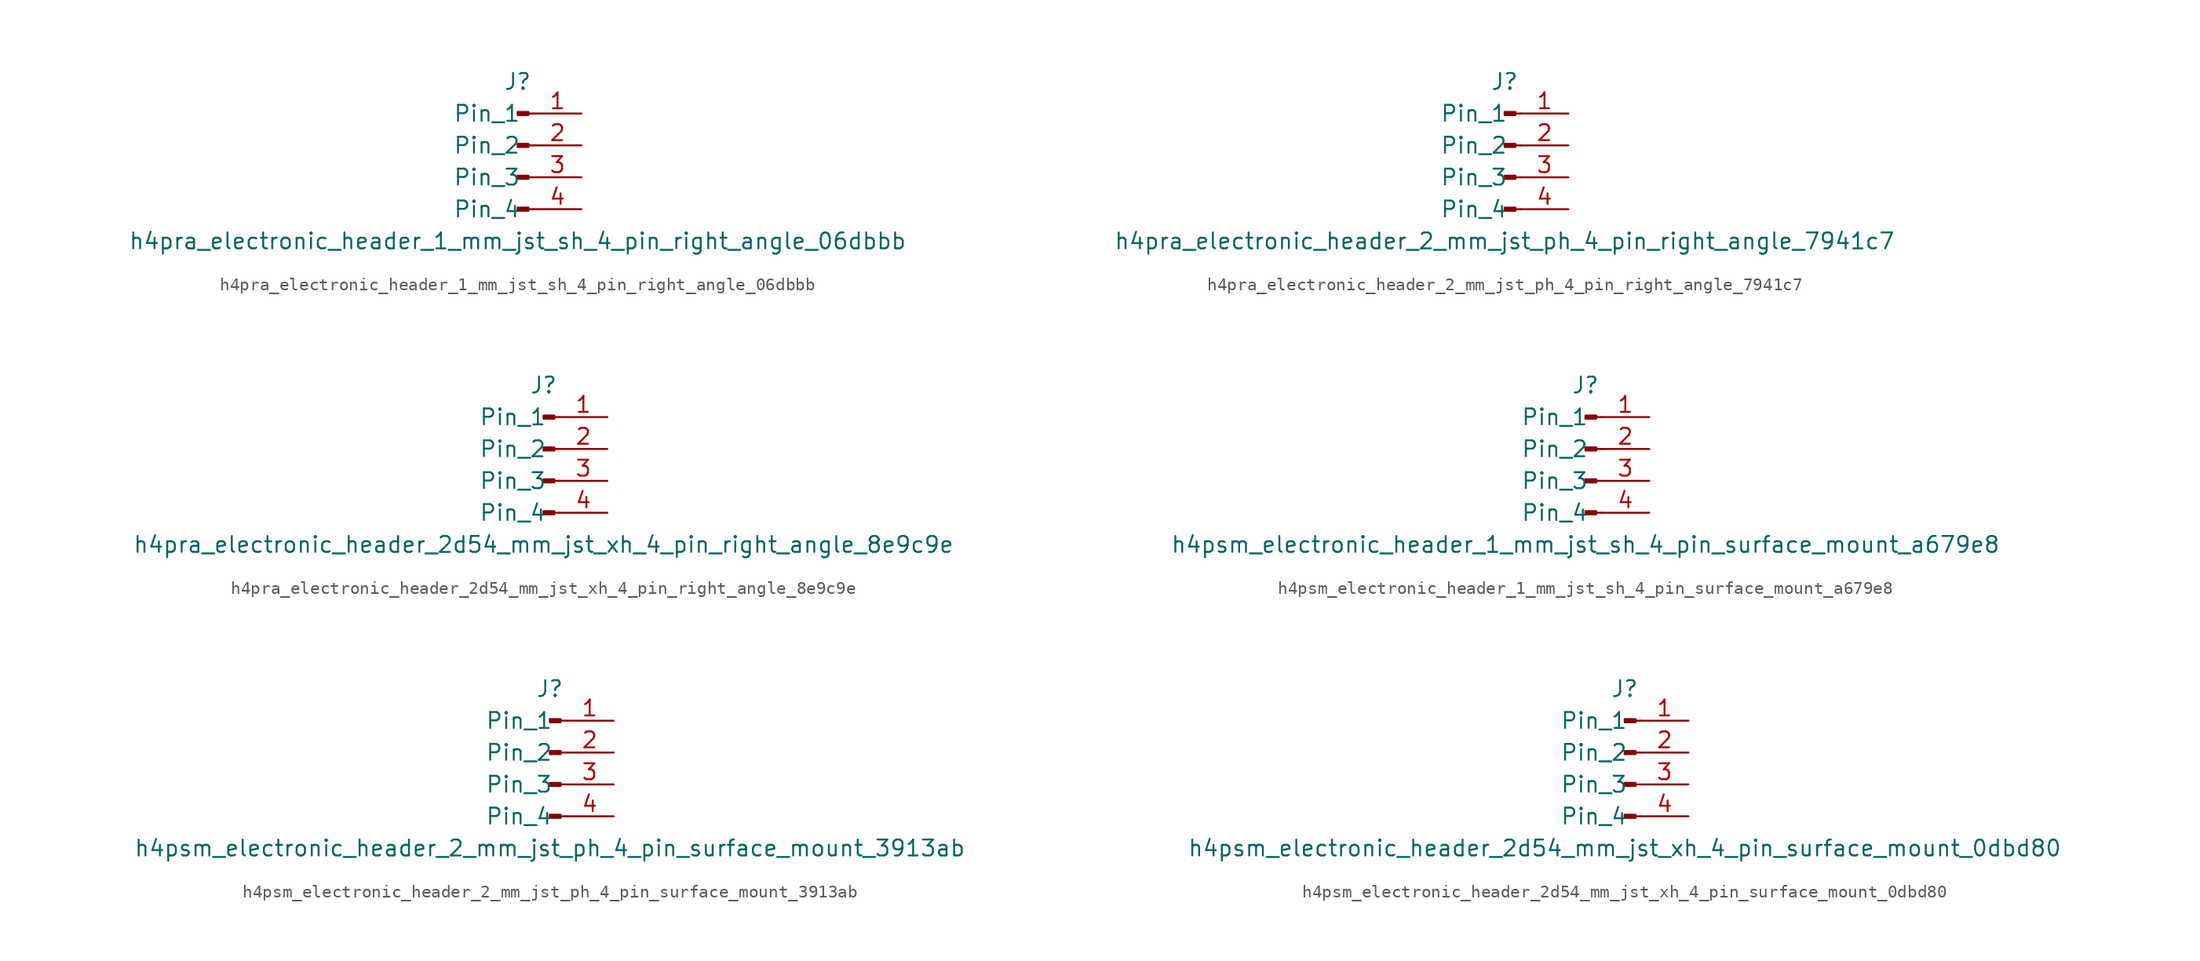
<source format=kicad_sym>
(kicad_symbol_lib
  (version 20220914)
  (generator kicad_symbol_editor)
  (symbol "h4pra_electronic_header_1_mm_jst_sh_4_pin_right_angle_06dbbb"
    (pin_names
      (offset 1.016))
    (property "Reference" "J"
      (at 0 5.08 0)
      (effects (font (size 1.27 1.27))))
    (property "Value" "h4pra_electronic_header_1_mm_jst_sh_4_pin_right_angle_06dbbb"
      (at 0 -7.62 0)
      (effects (font (size 1.27 1.27))))
    (property "ki_locked" ""
      (at 0 0 0)
      (effects (font (size 1.27 1.27))))
    (symbol "h4pra_electronic_header_1_mm_jst_sh_4_pin_right_angle_06dbbb_1_1"
      (polyline (pts (xy 1.27 -5.08) (xy 0.864 -5.08)) (stroke (width 0.152) (type default)) (fill (type none)))
      (polyline (pts (xy 1.27 -2.54) (xy 0.864 -2.54)) (stroke (width 0.152) (type default)) (fill (type none)))
      (polyline (pts (xy 1.27 0) (xy 0.864 0)) (stroke (width 0.152) (type default)) (fill (type none)))
      (polyline (pts (xy 1.27 2.54) (xy 0.864 2.54)) (stroke (width 0.152) (type default)) (fill (type none)))
      (rectangle (start 0.864 -4.953) (end 0 -5.207) (stroke (width 0.152) (type default)) (fill (type outline)))
      (rectangle (start 0.864 -2.413) (end 0 -2.667) (stroke (width 0.152) (type default)) (fill (type outline)))
      (rectangle (start 0.864 0.127) (end 0 -0.127) (stroke (width 0.152) (type default)) (fill (type outline)))
      (rectangle (start 0.864 2.667) (end 0 2.413) (stroke (width 0.152) (type default)) (fill (type outline)))
      (pin passive line (at 5.08 2.54 180) (length 3.81) (name "Pin_1" (effects (font (size 1.27 1.27)))) (number "1" (effects (font (size 1.27 1.27)))))
      (pin passive line (at 5.08 0 180) (length 3.81) (name "Pin_2" (effects (font (size 1.27 1.27)))) (number "2" (effects (font (size 1.27 1.27)))))
      (pin passive line (at 5.08 -2.54 180) (length 3.81) (name "Pin_3" (effects (font (size 1.27 1.27)))) (number "3" (effects (font (size 1.27 1.27)))))
      (pin passive line (at 5.08 -5.08 180) (length 3.81) (name "Pin_4" (effects (font (size 1.27 1.27)))) (number "4" (effects (font (size 1.27 1.27)))))))
  (symbol "h4pra_electronic_header_2_mm_jst_ph_4_pin_right_angle_7941c7"
    (pin_names
      (offset 1.016))
    (property "Reference" "J"
      (at 0 5.08 0)
      (effects (font (size 1.27 1.27))))
    (property "Value" "h4pra_electronic_header_2_mm_jst_ph_4_pin_right_angle_7941c7"
      (at 0 -7.62 0)
      (effects (font (size 1.27 1.27))))
    (property "ki_locked" ""
      (at 0 0 0)
      (effects (font (size 1.27 1.27))))
    (symbol "h4pra_electronic_header_2_mm_jst_ph_4_pin_right_angle_7941c7_1_1"
      (polyline (pts (xy 1.27 -5.08) (xy 0.864 -5.08)) (stroke (width 0.152) (type default)) (fill (type none)))
      (polyline (pts (xy 1.27 -2.54) (xy 0.864 -2.54)) (stroke (width 0.152) (type default)) (fill (type none)))
      (polyline (pts (xy 1.27 0) (xy 0.864 0)) (stroke (width 0.152) (type default)) (fill (type none)))
      (polyline (pts (xy 1.27 2.54) (xy 0.864 2.54)) (stroke (width 0.152) (type default)) (fill (type none)))
      (rectangle (start 0.864 -4.953) (end 0 -5.207) (stroke (width 0.152) (type default)) (fill (type outline)))
      (rectangle (start 0.864 -2.413) (end 0 -2.667) (stroke (width 0.152) (type default)) (fill (type outline)))
      (rectangle (start 0.864 0.127) (end 0 -0.127) (stroke (width 0.152) (type default)) (fill (type outline)))
      (rectangle (start 0.864 2.667) (end 0 2.413) (stroke (width 0.152) (type default)) (fill (type outline)))
      (pin passive line (at 5.08 2.54 180) (length 3.81) (name "Pin_1" (effects (font (size 1.27 1.27)))) (number "1" (effects (font (size 1.27 1.27)))))
      (pin passive line (at 5.08 0 180) (length 3.81) (name "Pin_2" (effects (font (size 1.27 1.27)))) (number "2" (effects (font (size 1.27 1.27)))))
      (pin passive line (at 5.08 -2.54 180) (length 3.81) (name "Pin_3" (effects (font (size 1.27 1.27)))) (number "3" (effects (font (size 1.27 1.27)))))
      (pin passive line (at 5.08 -5.08 180) (length 3.81) (name "Pin_4" (effects (font (size 1.27 1.27)))) (number "4" (effects (font (size 1.27 1.27)))))))
  (symbol "h4pra_electronic_header_2d54_mm_jst_xh_4_pin_right_angle_8e9c9e"
    (pin_names
      (offset 1.016))
    (property "Reference" "J"
      (at 0 5.08 0)
      (effects (font (size 1.27 1.27))))
    (property "Value" "h4pra_electronic_header_2d54_mm_jst_xh_4_pin_right_angle_8e9c9e"
      (at 0 -7.62 0)
      (effects (font (size 1.27 1.27))))
    (property "ki_locked" ""
      (at 0 0 0)
      (effects (font (size 1.27 1.27))))
    (symbol "h4pra_electronic_header_2d54_mm_jst_xh_4_pin_right_angle_8e9c9e_1_1"
      (polyline (pts (xy 1.27 -5.08) (xy 0.864 -5.08)) (stroke (width 0.152) (type default)) (fill (type none)))
      (polyline (pts (xy 1.27 -2.54) (xy 0.864 -2.54)) (stroke (width 0.152) (type default)) (fill (type none)))
      (polyline (pts (xy 1.27 0) (xy 0.864 0)) (stroke (width 0.152) (type default)) (fill (type none)))
      (polyline (pts (xy 1.27 2.54) (xy 0.864 2.54)) (stroke (width 0.152) (type default)) (fill (type none)))
      (rectangle (start 0.864 -4.953) (end 0 -5.207) (stroke (width 0.152) (type default)) (fill (type outline)))
      (rectangle (start 0.864 -2.413) (end 0 -2.667) (stroke (width 0.152) (type default)) (fill (type outline)))
      (rectangle (start 0.864 0.127) (end 0 -0.127) (stroke (width 0.152) (type default)) (fill (type outline)))
      (rectangle (start 0.864 2.667) (end 0 2.413) (stroke (width 0.152) (type default)) (fill (type outline)))
      (pin passive line (at 5.08 2.54 180) (length 3.81) (name "Pin_1" (effects (font (size 1.27 1.27)))) (number "1" (effects (font (size 1.27 1.27)))))
      (pin passive line (at 5.08 0 180) (length 3.81) (name "Pin_2" (effects (font (size 1.27 1.27)))) (number "2" (effects (font (size 1.27 1.27)))))
      (pin passive line (at 5.08 -2.54 180) (length 3.81) (name "Pin_3" (effects (font (size 1.27 1.27)))) (number "3" (effects (font (size 1.27 1.27)))))
      (pin passive line (at 5.08 -5.08 180) (length 3.81) (name "Pin_4" (effects (font (size 1.27 1.27)))) (number "4" (effects (font (size 1.27 1.27)))))))
  (symbol "h4psm_electronic_header_1_mm_jst_sh_4_pin_surface_mount_a679e8"
    (pin_names
      (offset 1.016))
    (property "Reference" "J"
      (at 0 5.08 0)
      (effects (font (size 1.27 1.27))))
    (property "Value" "h4psm_electronic_header_1_mm_jst_sh_4_pin_surface_mount_a679e8"
      (at 0 -7.62 0)
      (effects (font (size 1.27 1.27))))
    (property "ki_locked" ""
      (at 0 0 0)
      (effects (font (size 1.27 1.27))))
    (symbol "h4psm_electronic_header_1_mm_jst_sh_4_pin_surface_mount_a679e8_1_1"
      (polyline (pts (xy 1.27 -5.08) (xy 0.864 -5.08)) (stroke (width 0.152) (type default)) (fill (type none)))
      (polyline (pts (xy 1.27 -2.54) (xy 0.864 -2.54)) (stroke (width 0.152) (type default)) (fill (type none)))
      (polyline (pts (xy 1.27 0) (xy 0.864 0)) (stroke (width 0.152) (type default)) (fill (type none)))
      (polyline (pts (xy 1.27 2.54) (xy 0.864 2.54)) (stroke (width 0.152) (type default)) (fill (type none)))
      (rectangle (start 0.864 -4.953) (end 0 -5.207) (stroke (width 0.152) (type default)) (fill (type outline)))
      (rectangle (start 0.864 -2.413) (end 0 -2.667) (stroke (width 0.152) (type default)) (fill (type outline)))
      (rectangle (start 0.864 0.127) (end 0 -0.127) (stroke (width 0.152) (type default)) (fill (type outline)))
      (rectangle (start 0.864 2.667) (end 0 2.413) (stroke (width 0.152) (type default)) (fill (type outline)))
      (pin passive line (at 5.08 2.54 180) (length 3.81) (name "Pin_1" (effects (font (size 1.27 1.27)))) (number "1" (effects (font (size 1.27 1.27)))))
      (pin passive line (at 5.08 0 180) (length 3.81) (name "Pin_2" (effects (font (size 1.27 1.27)))) (number "2" (effects (font (size 1.27 1.27)))))
      (pin passive line (at 5.08 -2.54 180) (length 3.81) (name "Pin_3" (effects (font (size 1.27 1.27)))) (number "3" (effects (font (size 1.27 1.27)))))
      (pin passive line (at 5.08 -5.08 180) (length 3.81) (name "Pin_4" (effects (font (size 1.27 1.27)))) (number "4" (effects (font (size 1.27 1.27)))))))
  (symbol "h4psm_electronic_header_2_mm_jst_ph_4_pin_surface_mount_3913ab"
    (pin_names
      (offset 1.016))
    (property "Reference" "J"
      (at 0 5.08 0)
      (effects (font (size 1.27 1.27))))
    (property "Value" "h4psm_electronic_header_2_mm_jst_ph_4_pin_surface_mount_3913ab"
      (at 0 -7.62 0)
      (effects (font (size 1.27 1.27))))
    (property "ki_locked" ""
      (at 0 0 0)
      (effects (font (size 1.27 1.27))))
    (symbol "h4psm_electronic_header_2_mm_jst_ph_4_pin_surface_mount_3913ab_1_1"
      (polyline (pts (xy 1.27 -5.08) (xy 0.864 -5.08)) (stroke (width 0.152) (type default)) (fill (type none)))
      (polyline (pts (xy 1.27 -2.54) (xy 0.864 -2.54)) (stroke (width 0.152) (type default)) (fill (type none)))
      (polyline (pts (xy 1.27 0) (xy 0.864 0)) (stroke (width 0.152) (type default)) (fill (type none)))
      (polyline (pts (xy 1.27 2.54) (xy 0.864 2.54)) (stroke (width 0.152) (type default)) (fill (type none)))
      (rectangle (start 0.864 -4.953) (end 0 -5.207) (stroke (width 0.152) (type default)) (fill (type outline)))
      (rectangle (start 0.864 -2.413) (end 0 -2.667) (stroke (width 0.152) (type default)) (fill (type outline)))
      (rectangle (start 0.864 0.127) (end 0 -0.127) (stroke (width 0.152) (type default)) (fill (type outline)))
      (rectangle (start 0.864 2.667) (end 0 2.413) (stroke (width 0.152) (type default)) (fill (type outline)))
      (pin passive line (at 5.08 2.54 180) (length 3.81) (name "Pin_1" (effects (font (size 1.27 1.27)))) (number "1" (effects (font (size 1.27 1.27)))))
      (pin passive line (at 5.08 0 180) (length 3.81) (name "Pin_2" (effects (font (size 1.27 1.27)))) (number "2" (effects (font (size 1.27 1.27)))))
      (pin passive line (at 5.08 -2.54 180) (length 3.81) (name "Pin_3" (effects (font (size 1.27 1.27)))) (number "3" (effects (font (size 1.27 1.27)))))
      (pin passive line (at 5.08 -5.08 180) (length 3.81) (name "Pin_4" (effects (font (size 1.27 1.27)))) (number "4" (effects (font (size 1.27 1.27)))))))
  (symbol "h4psm_electronic_header_2d54_mm_jst_xh_4_pin_surface_mount_0dbd80"
    (pin_names
      (offset 1.016))
    (property "Reference" "J"
      (at 0 5.08 0)
      (effects (font (size 1.27 1.27))))
    (property "Value" "h4psm_electronic_header_2d54_mm_jst_xh_4_pin_surface_mount_0dbd80"
      (at 0 -7.62 0)
      (effects (font (size 1.27 1.27))))
    (property "ki_locked" ""
      (at 0 0 0)
      (effects (font (size 1.27 1.27))))
    (symbol "h4psm_electronic_header_2d54_mm_jst_xh_4_pin_surface_mount_0dbd80_1_1"
      (polyline (pts (xy 1.27 -5.08) (xy 0.864 -5.08)) (stroke (width 0.152) (type default)) (fill (type none)))
      (polyline (pts (xy 1.27 -2.54) (xy 0.864 -2.54)) (stroke (width 0.152) (type default)) (fill (type none)))
      (polyline (pts (xy 1.27 0) (xy 0.864 0)) (stroke (width 0.152) (type default)) (fill (type none)))
      (polyline (pts (xy 1.27 2.54) (xy 0.864 2.54)) (stroke (width 0.152) (type default)) (fill (type none)))
      (rectangle (start 0.864 -4.953) (end 0 -5.207) (stroke (width 0.152) (type default)) (fill (type outline)))
      (rectangle (start 0.864 -2.413) (end 0 -2.667) (stroke (width 0.152) (type default)) (fill (type outline)))
      (rectangle (start 0.864 0.127) (end 0 -0.127) (stroke (width 0.152) (type default)) (fill (type outline)))
      (rectangle (start 0.864 2.667) (end 0 2.413) (stroke (width 0.152) (type default)) (fill (type outline)))
      (pin passive line (at 5.08 2.54 180) (length 3.81) (name "Pin_1" (effects (font (size 1.27 1.27)))) (number "1" (effects (font (size 1.27 1.27)))))
      (pin passive line (at 5.08 0 180) (length 3.81) (name "Pin_2" (effects (font (size 1.27 1.27)))) (number "2" (effects (font (size 1.27 1.27)))))
      (pin passive line (at 5.08 -2.54 180) (length 3.81) (name "Pin_3" (effects (font (size 1.27 1.27)))) (number "3" (effects (font (size 1.27 1.27)))))
      (pin passive line (at 5.08 -5.08 180) (length 3.81) (name "Pin_4" (effects (font (size 1.27 1.27)))) (number "4" (effects (font (size 1.27 1.27))))))))
</source>
